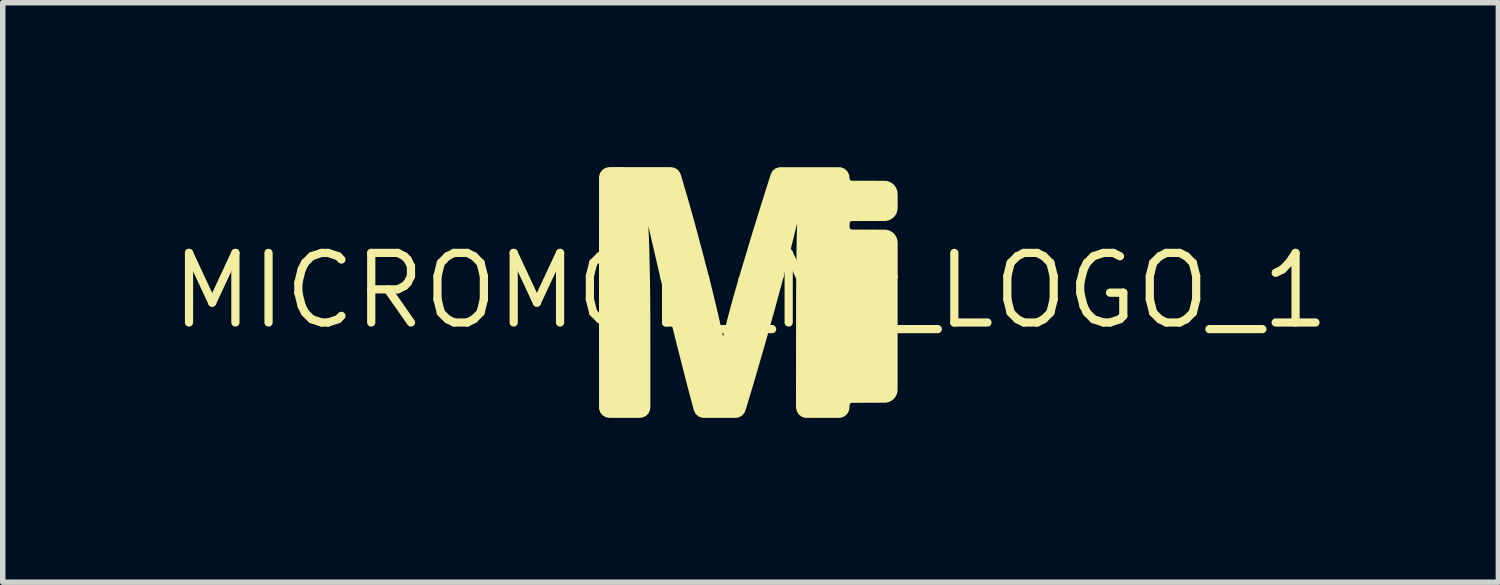
<source format=kicad_pcb>
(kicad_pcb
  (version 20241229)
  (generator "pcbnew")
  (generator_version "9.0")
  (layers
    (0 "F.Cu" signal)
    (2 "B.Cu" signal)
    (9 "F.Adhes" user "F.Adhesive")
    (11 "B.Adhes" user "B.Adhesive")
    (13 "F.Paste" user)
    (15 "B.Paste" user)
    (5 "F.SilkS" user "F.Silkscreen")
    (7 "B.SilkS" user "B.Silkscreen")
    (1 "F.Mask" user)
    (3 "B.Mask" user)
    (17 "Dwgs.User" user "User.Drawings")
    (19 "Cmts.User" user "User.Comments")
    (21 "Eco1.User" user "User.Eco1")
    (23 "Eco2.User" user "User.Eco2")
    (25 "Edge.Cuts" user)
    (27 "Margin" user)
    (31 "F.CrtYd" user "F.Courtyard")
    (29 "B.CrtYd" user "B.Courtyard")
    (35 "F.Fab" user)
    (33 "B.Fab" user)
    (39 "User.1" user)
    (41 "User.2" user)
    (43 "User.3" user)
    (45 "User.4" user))
  (footprint "MICROMOD_MI_LOGO_1"
    (layer "F.Cu")
    (at 10.651 2.257)
    (property "Reference" "MICROMOD_MI_LOGO_1" (at 0 0 0) (layer "F.SilkS") (effects (font (size 1.27 1.27) (thickness 0.15))))
    (fp_poly (pts (xy -1.837 -0.253) (xy -1.832 0.096) (xy -1.83 0.52) (xy -1.829 2.109) (xy -1.834 2.172) (xy -1.862 2.237) (xy -1.912 2.288) (xy -1.977 2.316) (xy -2.04 2.321) (xy -2.575 2.321) (xy -2.641 2.31) (xy -2.702 2.274) (xy -2.746 2.218) (xy -2.766 2.152) (xy -2.767 -0.287) (xy -1.913 -0.287)) (stroke (width 0) (type solid)) (fill yes) (layer "F.SilkS"))
    (fp_poly (pts (xy -1.459 -2.256) (xy -1.394 -2.246) (xy -1.332 -2.211) (xy -1.288 -2.156) (xy -1.267 -2.097) (xy -1.147 -1.69) (xy -1.032 -1.282) (xy -0.963 -1.027) (xy -0.854 -0.617) (xy -0.749 -0.208) (xy -0.846 -0.187) (xy -1.629 -0.187) (xy -1.655 -0.272) (xy -1.823 -0.995) (xy -1.865 -1.183) (xy -1.857 -1.006) (xy -1.847 -0.688) (xy -1.837 -0.244) (xy -1.893 -0.187) (xy -2.746 -0.187) (xy -2.767 -0.274) (xy -2.766 -2.085) (xy -2.747 -2.151) (xy -2.704 -2.207) (xy -2.643 -2.245) (xy -2.578 -2.257)) (stroke (width 0) (type solid)) (fill yes) (layer "F.SilkS"))
    (fp_poly (pts (xy 2.684 -0.184) (xy 2.684 1.826) (xy 2.67 1.889) (xy 2.638 1.948) (xy 2.592 1.995) (xy 2.534 2.029) (xy 2.47 2.044) (xy 1.842 2.046) (xy 1.82 2.057) (xy 1.808 2.077) (xy 1.806 2.119) (xy 1.799 2.183) (xy 1.767 2.246) (xy 1.715 2.293) (xy 1.65 2.318) (xy 1.588 2.321) (xy 1.058 2.321) (xy 0.998 2.32) (xy 0.932 2.3) (xy 0.877 2.256) (xy 0.841 2.194) (xy 0.829 2.13) (xy 0.831 0.12) (xy 0.833 -0.203) (xy 0.858 -0.287) (xy 2.688 -0.287)) (stroke (width 0) (type solid)) (fill yes) (layer "F.SilkS"))
    (fp_poly (pts (xy -0.732 -0.148) (xy -0.694 0.006) (xy -0.595 0.418) (xy -0.514 0.779) (xy -0.502 0.839) (xy -0.492 0.794) (xy -0.415 0.485) (xy -0.318 0.128) (xy -0.211 -0.245) (xy -0.147 -0.287) (xy 0.505 -0.287) (xy 0.608 -0.271) (xy 0.427 0.394) (xy 0.27 0.954) (xy 0.064 1.664) (xy -0.089 2.172) (xy -0.113 2.231) (xy -0.161 2.284) (xy -0.225 2.315) (xy -0.288 2.321) (xy -0.82 2.321) (xy -0.881 2.32) (xy -0.946 2.297) (xy -1.001 2.251) (xy -1.033 2.191) (xy -1.157 1.726) (xy -1.34 1.01) (xy -1.481 0.446) (xy -1.657 -0.277) (xy -1.55 -0.287) (xy -0.77 -0.287)) (stroke (width 0) (type solid)) (fill yes) (layer "F.SilkS"))
    (fp_poly (pts (xy 1.649 -2.253) (xy 1.714 -2.228) (xy 1.767 -2.18) (xy 1.799 -2.117) (xy 1.806 -2.059) (xy 1.813 -2.026) (xy 1.829 -2.012) (xy 1.863 -2.008) (xy 2.443 -2.007) (xy 2.506 -2) (xy 2.567 -1.974) (xy 2.619 -1.933) (xy 2.658 -1.879) (xy 2.68 -1.816) (xy 2.685 -1.755) (xy 2.685 -1.541) (xy 2.683 -1.482) (xy 2.667 -1.418) (xy 2.632 -1.361) (xy 2.583 -1.316) (xy 2.524 -1.285) (xy 2.461 -1.273) (xy 1.876 -1.272) (xy 1.837 -1.27) (xy 1.817 -1.258) (xy 1.807 -1.234) (xy 1.808 -1.151) (xy 1.819 -1.128) (xy 1.84 -1.117) (xy 1.88 -1.116) (xy 2.466 -1.115) (xy 2.53 -1.101) (xy 2.589 -1.069) (xy 2.636 -1.022) (xy 2.669 -0.963) (xy 2.684 -0.9) (xy 2.685 -0.842) (xy 2.685 -0.234) (xy 2.62 -0.187) (xy 0.896 -0.187) (xy 0.832 -0.234) (xy 0.841 -0.895) (xy 0.849 -1.231) (xy 0.787 -0.974) (xy 0.684 -0.563) (xy 0.6 -0.244) (xy 0.548 -0.187) (xy -0.228 -0.187) (xy 0.035 -1.062) (xy 0.176 -1.517) (xy 0.368 -2.126) (xy 0.399 -2.185) (xy 0.454 -2.231) (xy 0.52 -2.254) (xy 0.581 -2.255) (xy 1.587 -2.255)) (stroke (width 0) (type solid)) (fill yes) (layer "F.SilkS")))
  (gr_rect
    (start -3 -3)
    (end 24.302 7.578)
    (stroke (width 0.1) (type default))
    (fill no)
    (layer "Edge.Cuts")))
</source>
